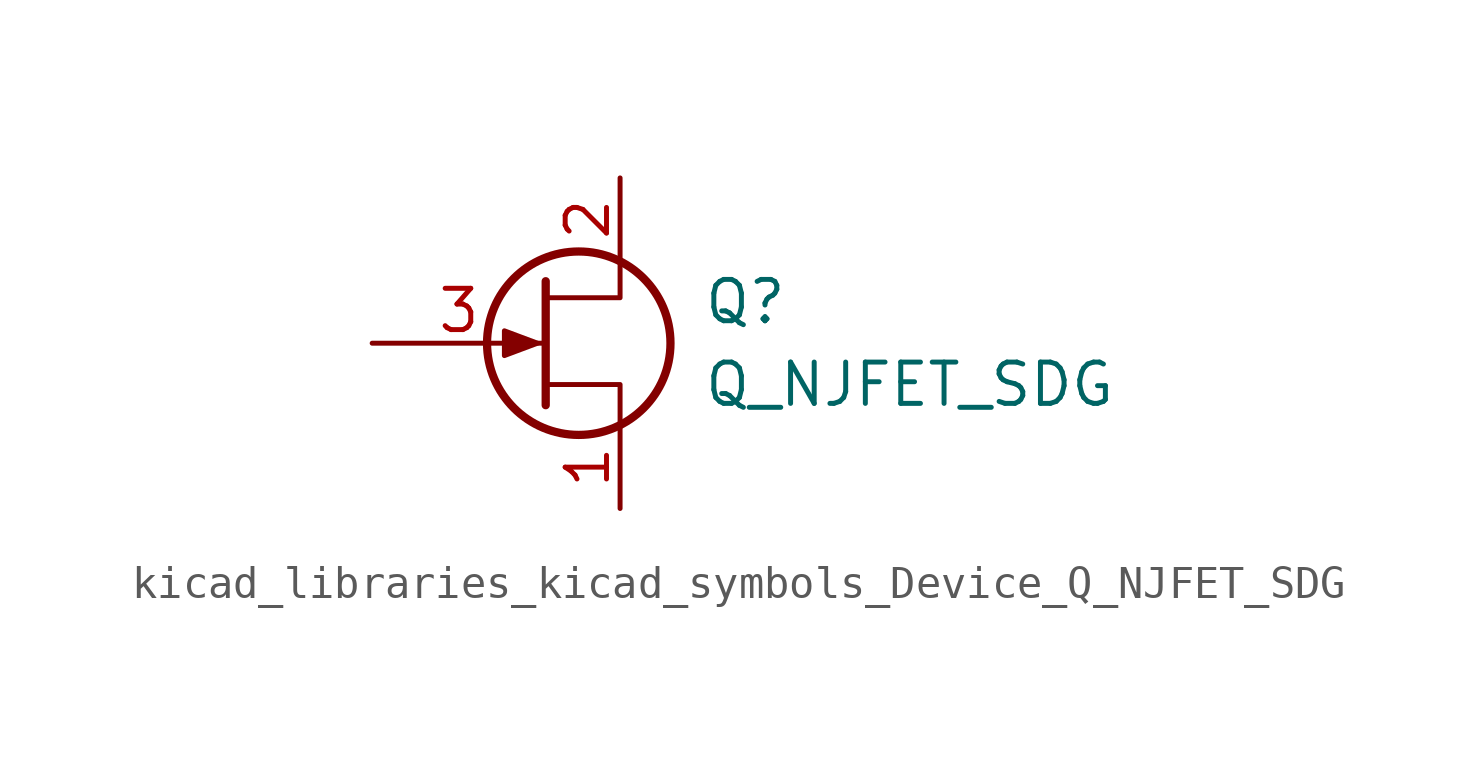
<source format=kicad_sym>
(kicad_symbol_lib
  (version 20220914)
  (generator kicad_symbol_editor)
  (symbol "kicad_libraries_kicad_symbols_Device_Q_NJFET_SDG"
    (pin_names
      (offset 0) hide)
    (property "Reference" "Q"
      (at 5.08 1.27 0)
      (effects (font (size 1.27 1.27)) (justify left)))
    (property "Value" "Q_NJFET_SDG"
      (at 5.08 -1.27 0)
      (effects (font (size 1.27 1.27)) (justify left)))
    (symbol "kicad_libraries_kicad_symbols_Device_Q_NJFET_SDG_0_1"
      (polyline (pts (xy 0.254 1.905) (xy 0.254 -1.905) (xy 0.254 -1.905)) (stroke (width 0.254) (type default)) (fill (type none)))
      (polyline (pts (xy 2.54 -2.54) (xy 2.54 -1.27) (xy 0.254 -1.27)) (stroke (width 0) (type default)) (fill (type none)))
      (polyline (pts (xy 2.54 2.54) (xy 2.54 1.397) (xy 0.254 1.397)) (stroke (width 0) (type default)) (fill (type none)))
      (polyline (pts (xy 0 0) (xy -1.016 0.381) (xy -1.016 -0.381) (xy 0 0)) (stroke (width 0) (type default)) (fill (type outline)))
      (circle (center 1.27 0) (radius 2.819) (stroke (width 0.254) (type default)) (fill (type none))))
    (symbol "kicad_libraries_kicad_symbols_Device_Q_NJFET_SDG_1_1"
      (pin passive line (at 2.54 -5.08 90) (length 2.54) (name "S" (effects (font (size 1.27 1.27)))) (number "1" (effects (font (size 1.27 1.27)))))
      (pin passive line (at 2.54 5.08 270) (length 2.54) (name "D" (effects (font (size 1.27 1.27)))) (number "2" (effects (font (size 1.27 1.27)))))
      (pin input line (at -5.08 0 0) (length 5.334) (name "G" (effects (font (size 1.27 1.27)))) (number "3" (effects (font (size 1.27 1.27))))))))
</source>
